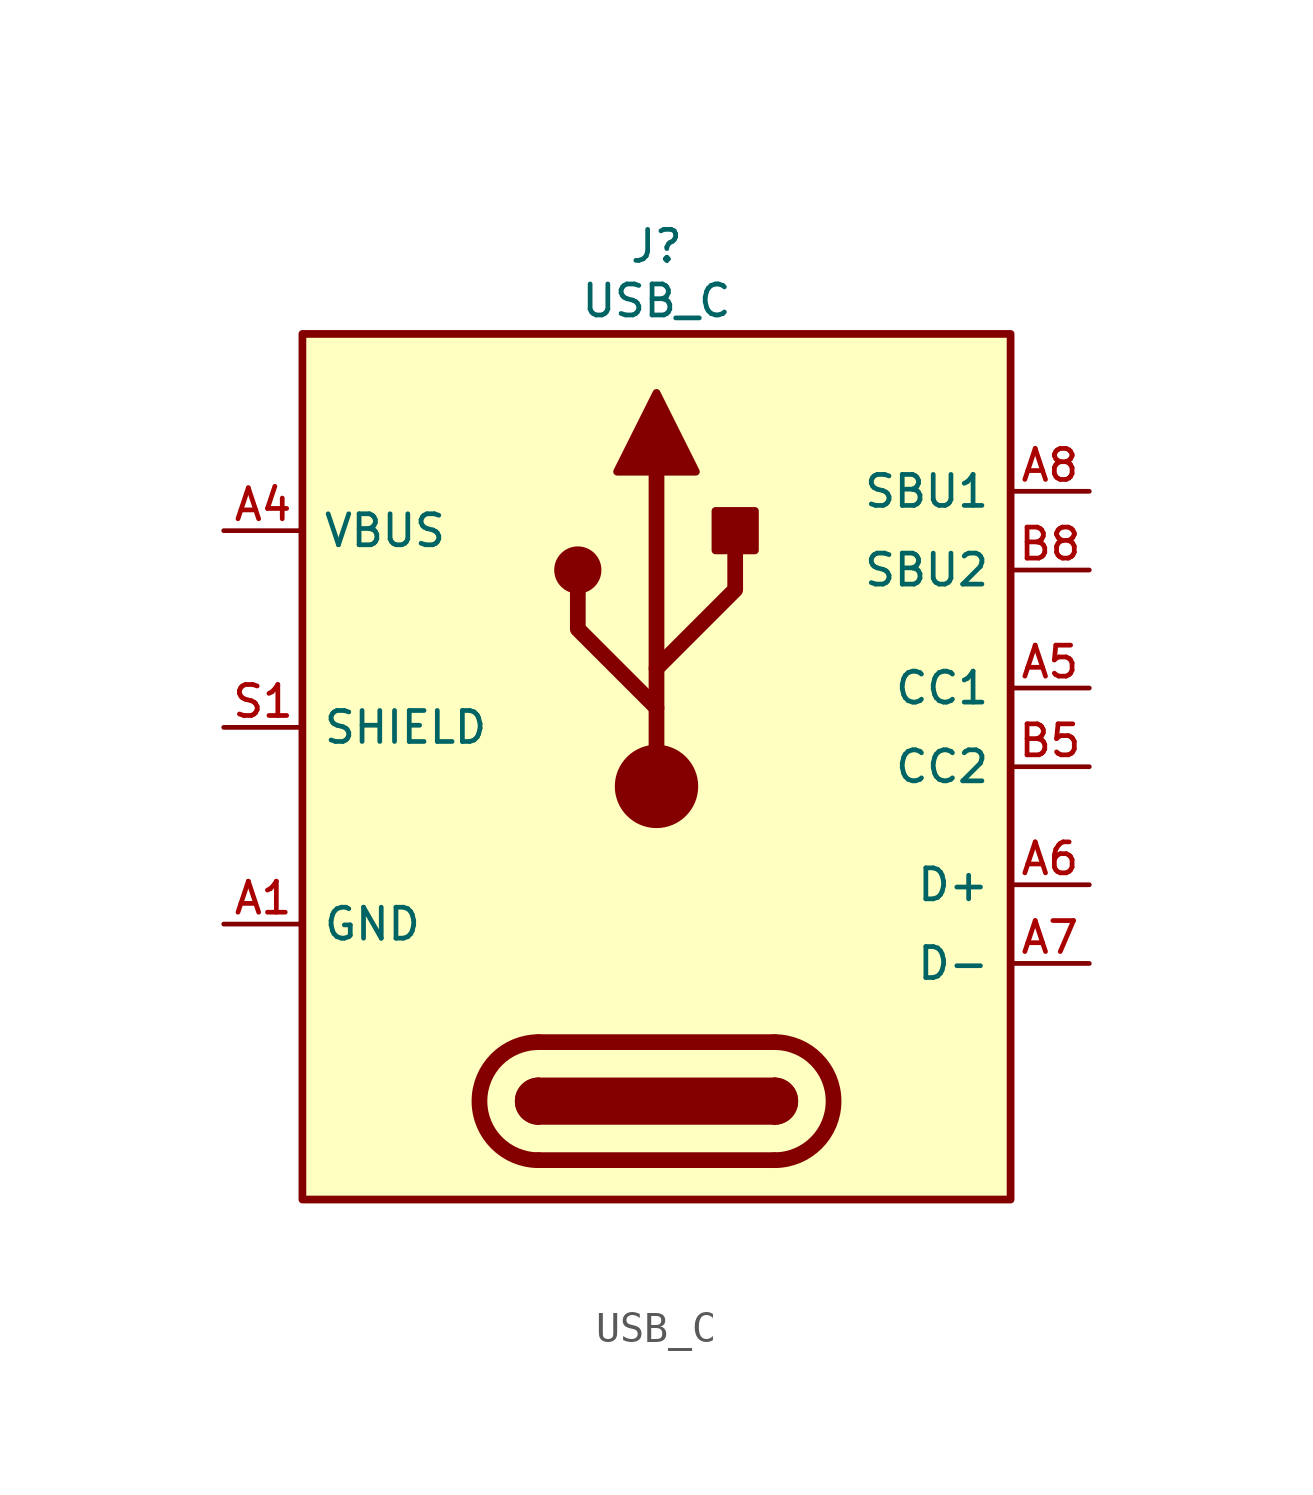
<source format=kicad_sym>
(kicad_symbol_lib
  (version 20220914)
  (generator kicad_symbol_editor)
  (symbol "USB_C"
    (pin_names
      (offset 0.635))
    (property "Reference" "J"
      (at 11.43 2.83 0)
      (effects (font (size 1 1))))
    (property "Value" "USB_C"
      (at 11.43 1.068 0)
      (effects (font (size 1 1))))
    (symbol "USB_C_0_1"
      (polyline (pts (xy 7.62 -22.86) (xy 15.24 -22.86)) (stroke (width 0.508) (type default)) (fill (type none)))
      (polyline (pts (xy 11.43 -14.605) (xy 11.43 -4.445)) (stroke (width 0.508) (type default)) (fill (type none)))
      (polyline (pts (xy 15.24 -26.67) (xy 7.62 -26.67)) (stroke (width 0.508) (type default)) (fill (type none)))
      (polyline (pts (xy 11.43 -12.065) (xy 8.89 -9.525) (xy 8.89 -8.255)) (stroke (width 0.508) (type default)) (fill (type none)))
      (polyline (pts (xy 11.43 -10.795) (xy 13.97 -8.255) (xy 13.97 -6.985)) (stroke (width 0.508) (type default)) (fill (type none)))
      (polyline (pts (xy 10.16 -4.445) (xy 11.43 -1.905) (xy 12.7 -4.445) (xy 10.16 -4.445)) (stroke (width 0.254) (type default)) (fill (type outline)))
      (rectangle (start 0 0) (end 22.86 -27.94) (stroke (width 0.25) (type default)) (fill (type background)))
      (arc (start 7.62 -24.13) (mid 6.9887 -24.7648) (end 7.62 -25.4) (stroke (width 0.254) (type default)) (fill (type none)))
      (arc (start 7.62 -24.13) (mid 6.9887 -24.7648) (end 7.62 -25.4) (stroke (width 0.254) (type default)) (fill (type outline)))
      (rectangle (start 7.62 -24.13) (end 15.24 -25.4) (stroke (width 0.254) (type default)) (fill (type outline)))
      (arc (start 7.62 -22.86) (mid 5.723 -24.765) (end 7.62 -26.67) (stroke (width 0.508) (type default)) (fill (type none)))
      (circle (center 8.89 -7.62) (radius 0.635) (stroke (width 0.254) (type default)) (fill (type outline)))
      (circle (center 11.43 -14.605) (radius 1.27) (stroke (width 0) (type default)) (fill (type outline)))
      (rectangle (start 13.335 -6.985) (end 14.605 -5.715) (stroke (width 0.254) (type default)) (fill (type outline)))
      (arc (start 15.24 -26.67) (mid 17.1367 -24.7648) (end 15.24 -22.86) (stroke (width 0.508) (type default)) (fill (type none)))
      (arc (start 15.24 -25.4) (mid 15.8717 -24.7648) (end 15.24 -24.13) (stroke (width 0.254) (type default)) (fill (type none)))
      (arc (start 15.24 -25.4) (mid 15.8717 -24.7648) (end 15.24 -24.13) (stroke (width 0.254) (type default)) (fill (type outline))))
    (symbol "USB_C_1_1"
      (pin passive line (at -2.54 -19.05 0) (length 2.54) (name "GND" (effects (font (size 1 1)))) (number "A1" (effects (font (size 1 1)))))
      (pin passive line (at -2.54 -19.05 0) (length 2.54) hide (name "GND" (effects (font (size 1 1)))) (number "A12" (effects (font (size 1 1)))))
      (pin passive line (at -2.54 -6.35 0) (length 2.54) (name "VBUS" (effects (font (size 1 1)))) (number "A4" (effects (font (size 1 1)))))
      (pin bidirectional line (at 25.4 -11.43 180) (length 2.54) (name "CC1" (effects (font (size 1 1)))) (number "A5" (effects (font (size 1 1)))))
      (pin bidirectional line (at 25.4 -17.78 180) (length 2.54) (name "D+" (effects (font (size 1 1)))) (number "A6" (effects (font (size 1 1)))))
      (pin bidirectional line (at 25.4 -20.32 180) (length 2.54) (name "D-" (effects (font (size 1 1)))) (number "A7" (effects (font (size 1 1)))))
      (pin bidirectional line (at 25.4 -5.08 180) (length 2.54) (name "SBU1" (effects (font (size 1 1)))) (number "A8" (effects (font (size 1 1)))))
      (pin passive line (at -2.54 -6.35 0) (length 2.54) hide (name "VBUS" (effects (font (size 1 1)))) (number "A9" (effects (font (size 1 1)))))
      (pin bidirectional line (at 25.4 -13.97 180) (length 2.54) (name "CC2" (effects (font (size 1 1)))) (number "B5" (effects (font (size 1 1)))))
      (pin bidirectional line (at 25.4 -17.78 180) (length 2.54) hide (name "D+" (effects (font (size 1 1)))) (number "B6" (effects (font (size 1 1)))))
      (pin bidirectional line (at 25.4 -20.32 180) (length 2.54) hide (name "D-" (effects (font (size 1 1)))) (number "B7" (effects (font (size 1 1)))))
      (pin bidirectional line (at 25.4 -7.62 180) (length 2.54) (name "SBU2" (effects (font (size 1 1)))) (number "B8" (effects (font (size 1 1)))))
      (pin passive line (at -2.54 -12.7 0) (length 2.54) (name "SHIELD" (effects (font (size 1 1)))) (number "S1" (effects (font (size 1 1))))))))
</source>
